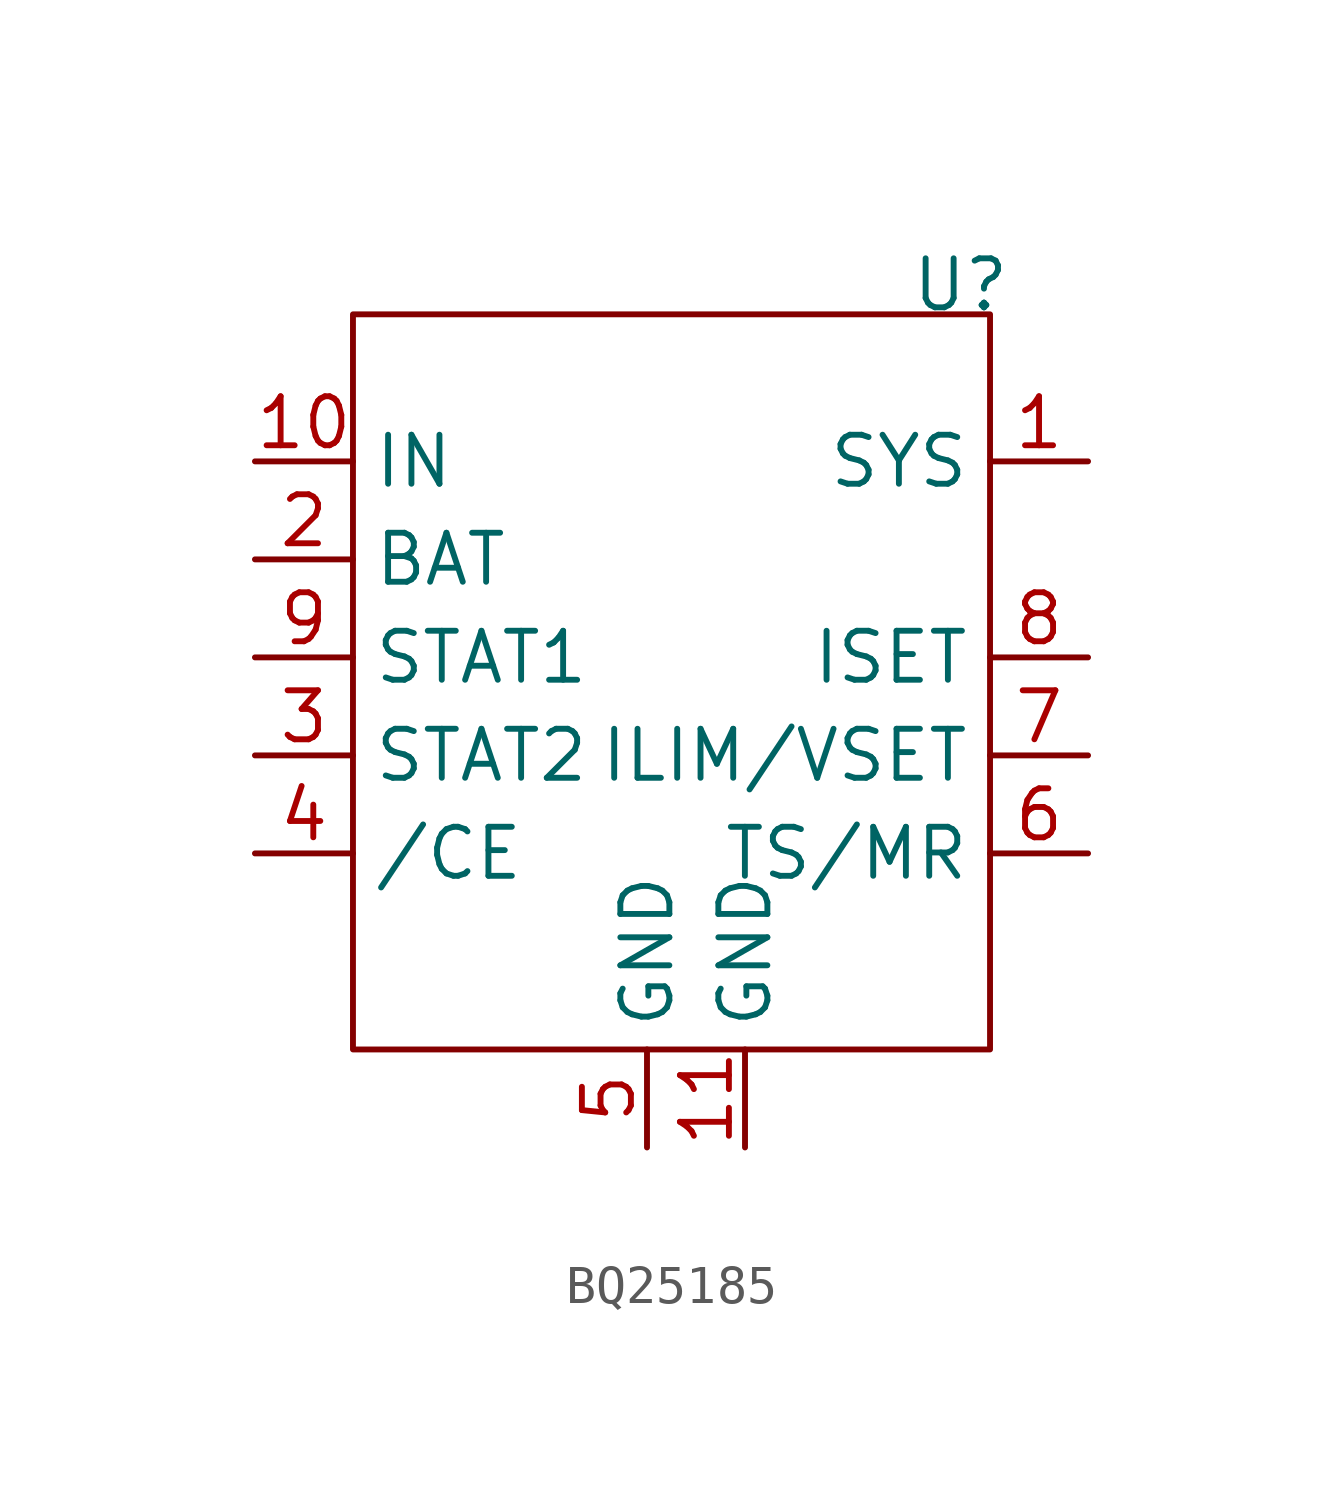
<source format=kicad_sym>
(kicad_symbol_lib
  (version 20231120)
  (generator "kicad_symbol_editor")
  (generator_version "8.0")
  (symbol "BQ25185"
    (property "Reference" "U"
      (at 15.748 14.732 0)
      (effects (font (size 1.27 1.27))))
    (property "Value" ""
      (at 0 0 0)
      (effects (font (size 1.27 1.27))))
    (symbol "BQ25185_0_1"
      (rectangle (start 0 13.97) (end 16.51 -5.08) (stroke (width 0) (type default)) (fill (type none))))
    (symbol "BQ25185_1_1"
      (pin output line (at 19.05 10.16 180) (length 2.54) (name "SYS" (effects (font (size 1.27 1.27)))) (number "1" (effects (font (size 1.27 1.27)))))
      (pin input line (at -2.54 10.16 0) (length 2.54) (name "IN" (effects (font (size 1.27 1.27)))) (number "10" (effects (font (size 1.27 1.27)))))
      (pin input line (at 10.16 -7.62 90) (length 2.54) (name "GND" (effects (font (size 1.27 1.27)))) (number "11" (effects (font (size 1.27 1.27)))))
      (pin input line (at -2.54 7.62 0) (length 2.54) (name "BAT" (effects (font (size 1.27 1.27)))) (number "2" (effects (font (size 1.27 1.27)))))
      (pin input line (at -2.54 2.54 0) (length 2.54) (name "STAT2" (effects (font (size 1.27 1.27)))) (number "3" (effects (font (size 1.27 1.27)))))
      (pin input line (at -2.54 0 0) (length 2.54) (name "/CE" (effects (font (size 1.27 1.27)))) (number "4" (effects (font (size 1.27 1.27)))))
      (pin input line (at 7.62 -7.62 90) (length 2.54) (name "GND" (effects (font (size 1.27 1.27)))) (number "5" (effects (font (size 1.27 1.27)))))
      (pin input line (at 19.05 0 180) (length 2.54) (name "TS/MR" (effects (font (size 1.27 1.27)))) (number "6" (effects (font (size 1.27 1.27)))))
      (pin input line (at 19.05 2.54 180) (length 2.54) (name "ILIM/VSET" (effects (font (size 1.27 1.27)))) (number "7" (effects (font (size 1.27 1.27)))))
      (pin input line (at 19.05 5.08 180) (length 2.54) (name "ISET" (effects (font (size 1.27 1.27)))) (number "8" (effects (font (size 1.27 1.27)))))
      (pin input line (at -2.54 5.08 0) (length 2.54) (name "STAT1" (effects (font (size 1.27 1.27)))) (number "9" (effects (font (size 1.27 1.27))))))))
</source>
